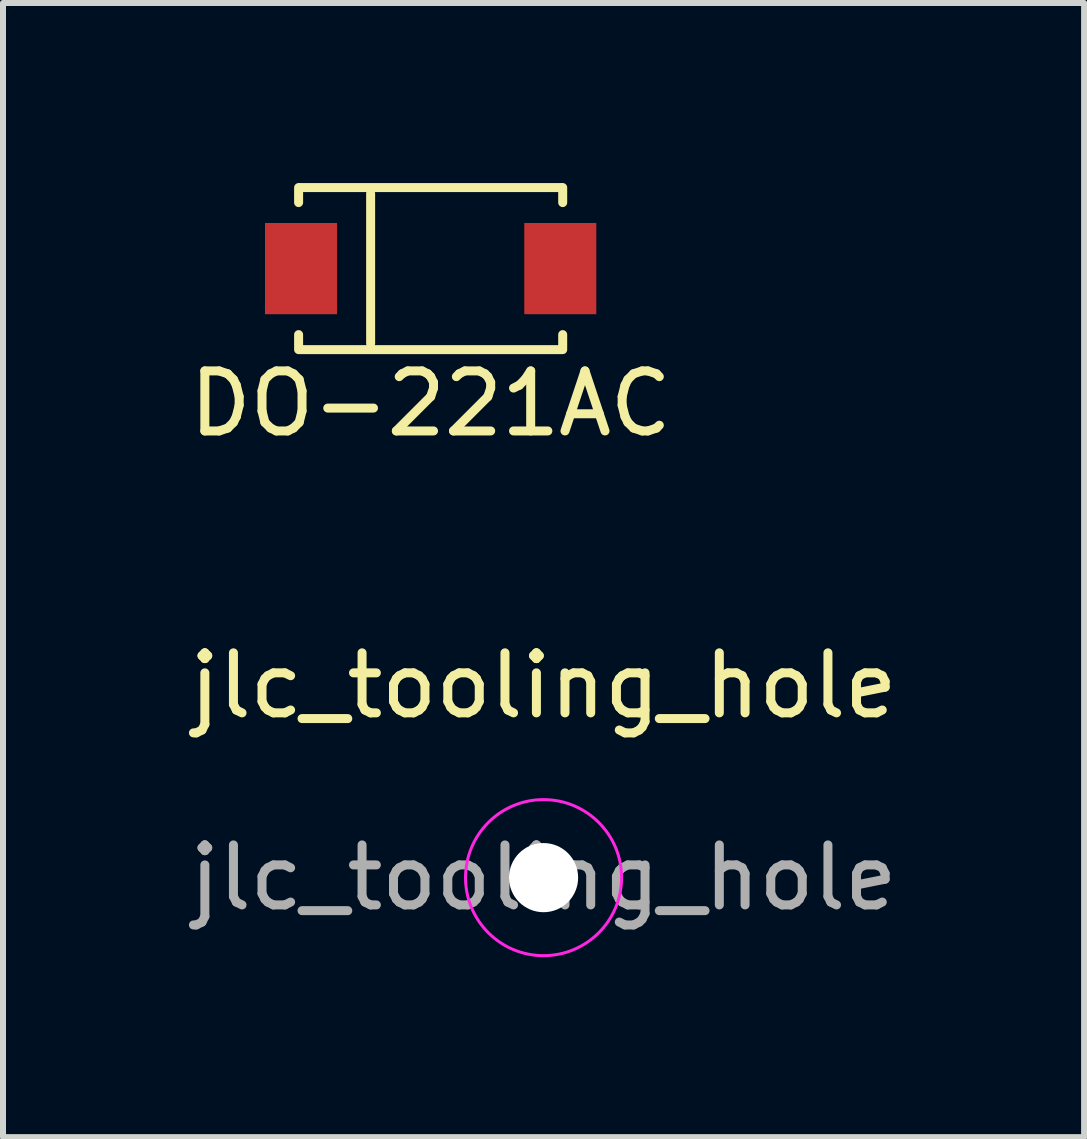
<source format=kicad_pcb>
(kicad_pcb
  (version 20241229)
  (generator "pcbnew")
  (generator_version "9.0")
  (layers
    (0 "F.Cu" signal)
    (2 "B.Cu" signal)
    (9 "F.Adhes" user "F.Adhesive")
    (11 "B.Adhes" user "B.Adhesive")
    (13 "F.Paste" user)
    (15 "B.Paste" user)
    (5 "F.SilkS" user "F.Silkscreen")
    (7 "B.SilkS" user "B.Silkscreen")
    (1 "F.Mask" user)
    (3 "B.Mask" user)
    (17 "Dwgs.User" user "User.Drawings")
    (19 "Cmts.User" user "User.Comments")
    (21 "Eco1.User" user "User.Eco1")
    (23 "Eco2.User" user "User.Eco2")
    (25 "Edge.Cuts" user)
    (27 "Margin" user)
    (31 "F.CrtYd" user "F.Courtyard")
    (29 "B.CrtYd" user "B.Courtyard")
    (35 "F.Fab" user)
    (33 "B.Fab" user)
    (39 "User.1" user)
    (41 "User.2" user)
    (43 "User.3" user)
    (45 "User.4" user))
  (footprint "jlc_tooling_hole"
    (layer "F.Cu")
    (at 6.006 11.572)
    (property "Reference" "jlc_tooling_hole" (at 0 -3.2 0) (layer "F.SilkS") (effects (font (size 1 1) (thickness 0.15))))
    (attr exclude_from_pos_files exclude_from_bom)
    (fp_circle (center 0 0) (end 1.3 0) (stroke (width 0.05) (type solid)) (fill no) (layer "F.CrtYd"))
    (fp_text user "${REFERENCE}" (at 0 0 0) (layer "F.Fab") (effects (font (size 1 1) (thickness 0.15))))
    (pad "" np_thru_hole circle (at 0 0) (size 1.152 1.152) (drill 1.152) (layers "*.Cu" "*.Mask")))
  (footprint "DO-221AC"
    (layer "F.Cu")
    (at 4.125 1.425)
    (property "Reference" "DO-221AC" (at 0 2.25 0) (layer "F.SilkS") (effects (font (size 1 1) (thickness 0.15))))
    (attr through_hole)
    (fp_line (start -2.2 -1.35) (end -2.2 -1.1) (stroke (width 0.15) (type solid)) (layer "F.SilkS"))
    (fp_line (start -2.2 1.35) (end -2.2 1.1) (stroke (width 0.15) (type solid)) (layer "F.SilkS"))
    (fp_line (start -2.175 -1.35) (end 2.175 -1.35) (stroke (width 0.15) (type solid)) (layer "F.SilkS"))
    (fp_line (start -2.175 1.35) (end 2.175 1.35) (stroke (width 0.15) (type solid)) (layer "F.SilkS"))
    (fp_line (start -1 -1.25) (end -1 1.25) (stroke (width 0.15) (type solid)) (layer "F.SilkS"))
    (fp_line (start 2.2 -1.35) (end 2.2 -1.1) (stroke (width 0.15) (type solid)) (layer "F.SilkS"))
    (fp_line (start 2.2 1.35) (end 2.2 1.1) (stroke (width 0.15) (type solid)) (layer "F.SilkS"))
    (pad "1" smd rect (at -2.16 0) (size 1.2 1.52) (layers "F.Cu" "F.Mask" "F.Paste"))
    (pad "2" smd rect (at 2.16 0) (size 1.2 1.52) (layers "F.Cu" "F.Mask" "F.Paste")))
  (gr_rect
    (start -3 -3)
    (end 15.012 15.896)
    (stroke (width 0.1) (type default))
    (fill no)
    (layer "Edge.Cuts")))
</source>
